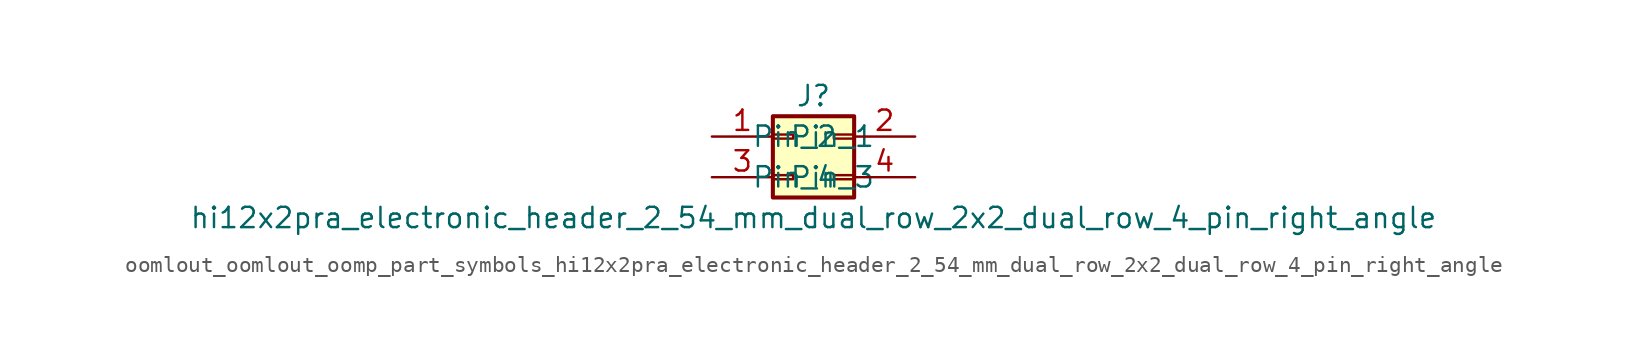
<source format=kicad_sym>
(kicad_symbol_lib
  (version 20220914)
  (generator kicad_symbol_editor)
  (symbol "oomlout_oomlout_oomp_part_symbols_hi12x2pra_electronic_header_2_54_mm_dual_row_2x2_dual_row_4_pin_right_angle"
    (pin_names
      (offset 1.016))
    (property "Reference" "J"
      (at 1.27 2.54 0)
      (effects (font (size 1.27 1.27))))
    (property "Value" "hi12x2pra_electronic_header_2_54_mm_dual_row_2x2_dual_row_4_pin_right_angle"
      (at 1.27 -5.08 0)
      (effects (font (size 1.27 1.27))))
    (symbol "oomlout_oomlout_oomp_part_symbols_hi12x2pra_electronic_header_2_54_mm_dual_row_2x2_dual_row_4_pin_right_angle_1_1"
      (rectangle (start -1.27 -2.413) (end 0 -2.667) (stroke (width 0.152) (type default)) (fill (type none)))
      (rectangle (start -1.27 0.127) (end 0 -0.127) (stroke (width 0.152) (type default)) (fill (type none)))
      (rectangle (start -1.27 1.27) (end 3.81 -3.81) (stroke (width 0.254) (type default)) (fill (type background)))
      (rectangle (start 3.81 -2.413) (end 2.54 -2.667) (stroke (width 0.152) (type default)) (fill (type none)))
      (rectangle (start 3.81 0.127) (end 2.54 -0.127) (stroke (width 0.152) (type default)) (fill (type none)))
      (pin passive line (at -5.08 0 0) (length 3.81) (name "Pin_1" (effects (font (size 1.27 1.27)))) (number "1" (effects (font (size 1.27 1.27)))))
      (pin passive line (at 7.62 0 180) (length 3.81) (name "Pin_2" (effects (font (size 1.27 1.27)))) (number "2" (effects (font (size 1.27 1.27)))))
      (pin passive line (at -5.08 -2.54 0) (length 3.81) (name "Pin_3" (effects (font (size 1.27 1.27)))) (number "3" (effects (font (size 1.27 1.27)))))
      (pin passive line (at 7.62 -2.54 180) (length 3.81) (name "Pin_4" (effects (font (size 1.27 1.27)))) (number "4" (effects (font (size 1.27 1.27))))))))
</source>
